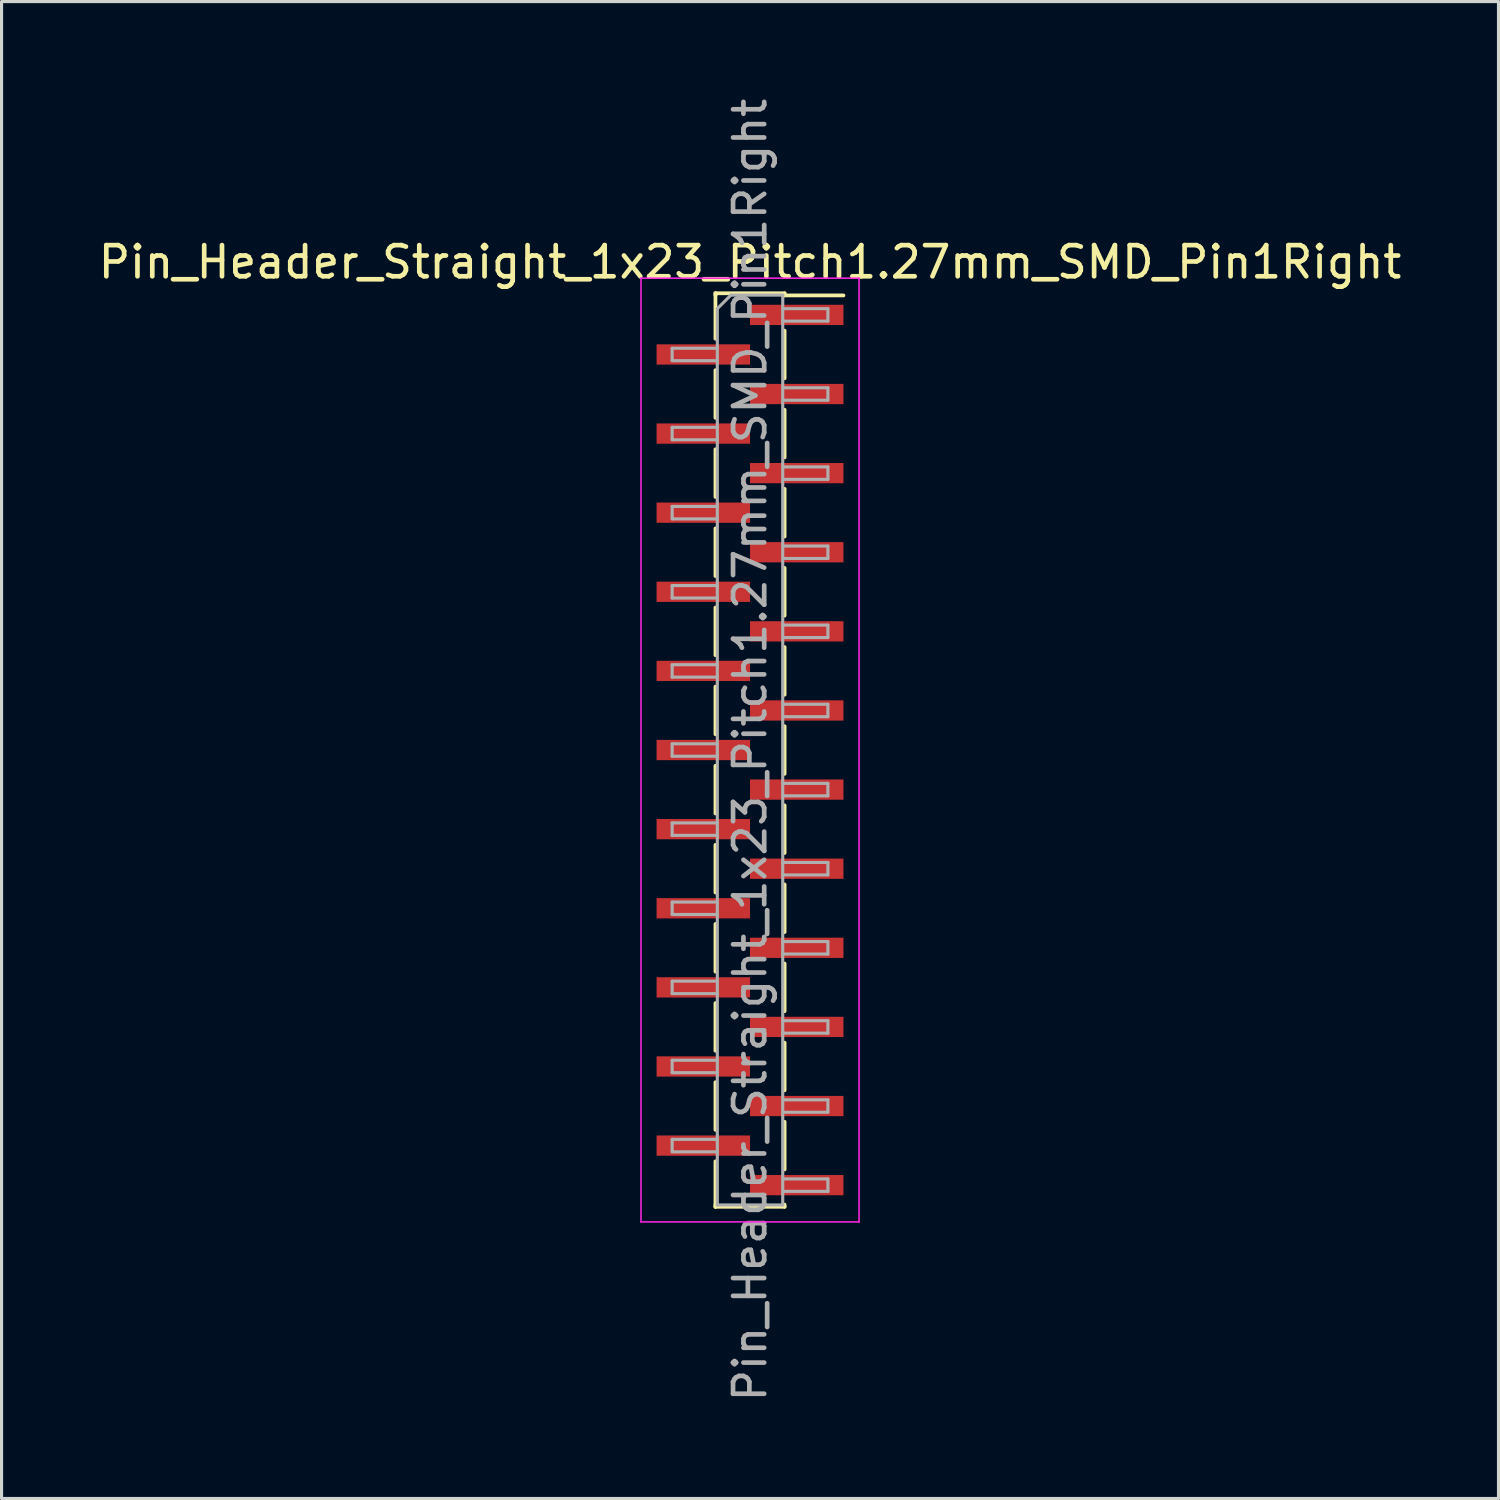
<source format=kicad_pcb>
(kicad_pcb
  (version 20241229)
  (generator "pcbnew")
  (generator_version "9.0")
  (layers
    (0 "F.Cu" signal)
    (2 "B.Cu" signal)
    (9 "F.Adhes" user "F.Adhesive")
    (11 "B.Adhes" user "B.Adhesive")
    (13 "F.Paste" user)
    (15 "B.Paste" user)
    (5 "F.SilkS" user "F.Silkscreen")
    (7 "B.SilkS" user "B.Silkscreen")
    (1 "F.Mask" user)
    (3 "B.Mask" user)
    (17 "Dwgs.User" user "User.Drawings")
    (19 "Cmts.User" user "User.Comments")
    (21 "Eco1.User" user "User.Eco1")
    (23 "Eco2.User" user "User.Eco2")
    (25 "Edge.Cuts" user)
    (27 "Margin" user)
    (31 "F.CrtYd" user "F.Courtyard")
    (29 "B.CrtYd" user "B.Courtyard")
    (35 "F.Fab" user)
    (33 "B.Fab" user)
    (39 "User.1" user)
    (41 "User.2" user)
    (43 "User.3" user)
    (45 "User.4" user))
  (footprint "Pin_Header_Straight_1x23_Pitch1.27mm_SMD_Pin1Right"
    (layer "F.Cu")
    (at 21.03 21.03)
    (property "Reference" "Pin_Header_Straight_1x23_Pitch1.27mm_SMD_Pin1Right" (at 0 -15.665 0) (layer "F.SilkS") (effects (font (size 1 1) (thickness 0.15))))
    (attr smd)
    (fp_line (start -1.11 -14.665) (end -1.11 -13.205) (stroke (width 0.12) (type solid)) (layer "F.SilkS"))
    (fp_line (start -1.11 -14.665) (end 1.11 -14.665) (stroke (width 0.12) (type solid)) (layer "F.SilkS"))
    (fp_line (start -1.11 -14.595) (end -1.11 -14.665) (stroke (width 0.12) (type solid)) (layer "F.SilkS"))
    (fp_line (start -1.11 -12.195) (end -1.11 -10.665) (stroke (width 0.12) (type solid)) (layer "F.SilkS"))
    (fp_line (start -1.11 -9.655) (end -1.11 -8.125) (stroke (width 0.12) (type solid)) (layer "F.SilkS"))
    (fp_line (start -1.11 -7.115) (end -1.11 -5.585) (stroke (width 0.12) (type solid)) (layer "F.SilkS"))
    (fp_line (start -1.11 -4.575) (end -1.11 -3.045) (stroke (width 0.12) (type solid)) (layer "F.SilkS"))
    (fp_line (start -1.11 -2.035) (end -1.11 -0.505) (stroke (width 0.12) (type solid)) (layer "F.SilkS"))
    (fp_line (start -1.11 0.505) (end -1.11 2.035) (stroke (width 0.12) (type solid)) (layer "F.SilkS"))
    (fp_line (start -1.11 3.045) (end -1.11 4.575) (stroke (width 0.12) (type solid)) (layer "F.SilkS"))
    (fp_line (start -1.11 5.585) (end -1.11 7.115) (stroke (width 0.12) (type solid)) (layer "F.SilkS"))
    (fp_line (start -1.11 8.125) (end -1.11 9.655) (stroke (width 0.12) (type solid)) (layer "F.SilkS"))
    (fp_line (start -1.11 10.665) (end -1.11 12.195) (stroke (width 0.12) (type solid)) (layer "F.SilkS"))
    (fp_line (start -1.11 13.205) (end -1.11 14.665) (stroke (width 0.12) (type solid)) (layer "F.SilkS"))
    (fp_line (start -1.11 14.595) (end -1.11 14.665) (stroke (width 0.12) (type solid)) (layer "F.SilkS"))
    (fp_line (start -1.11 14.665) (end 1.11 14.665) (stroke (width 0.12) (type solid)) (layer "F.SilkS"))
    (fp_line (start 1.11 -14.665) (end 1.11 -14.595) (stroke (width 0.12) (type solid)) (layer "F.SilkS"))
    (fp_line (start 1.11 -14.595) (end 3 -14.595) (stroke (width 0.12) (type solid)) (layer "F.SilkS"))
    (fp_line (start 1.11 -13.465) (end 1.11 -11.935) (stroke (width 0.12) (type solid)) (layer "F.SilkS"))
    (fp_line (start 1.11 -10.925) (end 1.11 -9.395) (stroke (width 0.12) (type solid)) (layer "F.SilkS"))
    (fp_line (start 1.11 -8.385) (end 1.11 -6.855) (stroke (width 0.12) (type solid)) (layer "F.SilkS"))
    (fp_line (start 1.11 -5.845) (end 1.11 -4.315) (stroke (width 0.12) (type solid)) (layer "F.SilkS"))
    (fp_line (start 1.11 -3.305) (end 1.11 -1.775) (stroke (width 0.12) (type solid)) (layer "F.SilkS"))
    (fp_line (start 1.11 -0.765) (end 1.11 0.765) (stroke (width 0.12) (type solid)) (layer "F.SilkS"))
    (fp_line (start 1.11 1.775) (end 1.11 3.305) (stroke (width 0.12) (type solid)) (layer "F.SilkS"))
    (fp_line (start 1.11 4.315) (end 1.11 5.845) (stroke (width 0.12) (type solid)) (layer "F.SilkS"))
    (fp_line (start 1.11 6.855) (end 1.11 8.385) (stroke (width 0.12) (type solid)) (layer "F.SilkS"))
    (fp_line (start 1.11 9.395) (end 1.11 10.925) (stroke (width 0.12) (type solid)) (layer "F.SilkS"))
    (fp_line (start 1.11 11.935) (end 1.11 13.465) (stroke (width 0.12) (type solid)) (layer "F.SilkS"))
    (fp_line (start 1.11 14.665) (end 1.11 14.595) (stroke (width 0.12) (type solid)) (layer "F.SilkS"))
    (fp_line (start -3.5 -15.15) (end -3.5 15.15) (stroke (width 0.05) (type solid)) (layer "F.CrtYd"))
    (fp_line (start -3.5 15.15) (end 3.5 15.15) (stroke (width 0.05) (type solid)) (layer "F.CrtYd"))
    (fp_line (start 3.5 -15.15) (end -3.5 -15.15) (stroke (width 0.05) (type solid)) (layer "F.CrtYd"))
    (fp_line (start 3.5 15.15) (end 3.5 -15.15) (stroke (width 0.05) (type solid)) (layer "F.CrtYd"))
    (fp_line (start -2.5 -12.9) (end -2.5 -12.5) (stroke (width 0.1) (type solid)) (layer "F.Fab"))
    (fp_line (start -2.5 -12.5) (end -1.05 -12.5) (stroke (width 0.1) (type solid)) (layer "F.Fab"))
    (fp_line (start -2.5 -10.36) (end -2.5 -9.96) (stroke (width 0.1) (type solid)) (layer "F.Fab"))
    (fp_line (start -2.5 -9.96) (end -1.05 -9.96) (stroke (width 0.1) (type solid)) (layer "F.Fab"))
    (fp_line (start -2.5 -7.82) (end -2.5 -7.42) (stroke (width 0.1) (type solid)) (layer "F.Fab"))
    (fp_line (start -2.5 -7.42) (end -1.05 -7.42) (stroke (width 0.1) (type solid)) (layer "F.Fab"))
    (fp_line (start -2.5 -5.28) (end -2.5 -4.88) (stroke (width 0.1) (type solid)) (layer "F.Fab"))
    (fp_line (start -2.5 -4.88) (end -1.05 -4.88) (stroke (width 0.1) (type solid)) (layer "F.Fab"))
    (fp_line (start -2.5 -2.74) (end -2.5 -2.34) (stroke (width 0.1) (type solid)) (layer "F.Fab"))
    (fp_line (start -2.5 -2.34) (end -1.05 -2.34) (stroke (width 0.1) (type solid)) (layer "F.Fab"))
    (fp_line (start -2.5 -0.2) (end -2.5 0.2) (stroke (width 0.1) (type solid)) (layer "F.Fab"))
    (fp_line (start -2.5 0.2) (end -1.05 0.2) (stroke (width 0.1) (type solid)) (layer "F.Fab"))
    (fp_line (start -2.5 2.34) (end -2.5 2.74) (stroke (width 0.1) (type solid)) (layer "F.Fab"))
    (fp_line (start -2.5 2.74) (end -1.05 2.74) (stroke (width 0.1) (type solid)) (layer "F.Fab"))
    (fp_line (start -2.5 4.88) (end -2.5 5.28) (stroke (width 0.1) (type solid)) (layer "F.Fab"))
    (fp_line (start -2.5 5.28) (end -1.05 5.28) (stroke (width 0.1) (type solid)) (layer "F.Fab"))
    (fp_line (start -2.5 7.42) (end -2.5 7.82) (stroke (width 0.1) (type solid)) (layer "F.Fab"))
    (fp_line (start -2.5 7.82) (end -1.05 7.82) (stroke (width 0.1) (type solid)) (layer "F.Fab"))
    (fp_line (start -2.5 9.96) (end -2.5 10.36) (stroke (width 0.1) (type solid)) (layer "F.Fab"))
    (fp_line (start -2.5 10.36) (end -1.05 10.36) (stroke (width 0.1) (type solid)) (layer "F.Fab"))
    (fp_line (start -2.5 12.5) (end -2.5 12.9) (stroke (width 0.1) (type solid)) (layer "F.Fab"))
    (fp_line (start -2.5 12.9) (end -1.05 12.9) (stroke (width 0.1) (type solid)) (layer "F.Fab"))
    (fp_line (start -1.05 -14.17) (end -0.615 -14.605) (stroke (width 0.1) (type solid)) (layer "F.Fab"))
    (fp_line (start -1.05 -12.9) (end -2.5 -12.9) (stroke (width 0.1) (type solid)) (layer "F.Fab"))
    (fp_line (start -1.05 -10.36) (end -2.5 -10.36) (stroke (width 0.1) (type solid)) (layer "F.Fab"))
    (fp_line (start -1.05 -7.82) (end -2.5 -7.82) (stroke (width 0.1) (type solid)) (layer "F.Fab"))
    (fp_line (start -1.05 -5.28) (end -2.5 -5.28) (stroke (width 0.1) (type solid)) (layer "F.Fab"))
    (fp_line (start -1.05 -2.74) (end -2.5 -2.74) (stroke (width 0.1) (type solid)) (layer "F.Fab"))
    (fp_line (start -1.05 -0.2) (end -2.5 -0.2) (stroke (width 0.1) (type solid)) (layer "F.Fab"))
    (fp_line (start -1.05 2.34) (end -2.5 2.34) (stroke (width 0.1) (type solid)) (layer "F.Fab"))
    (fp_line (start -1.05 4.88) (end -2.5 4.88) (stroke (width 0.1) (type solid)) (layer "F.Fab"))
    (fp_line (start -1.05 7.42) (end -2.5 7.42) (stroke (width 0.1) (type solid)) (layer "F.Fab"))
    (fp_line (start -1.05 9.96) (end -2.5 9.96) (stroke (width 0.1) (type solid)) (layer "F.Fab"))
    (fp_line (start -1.05 12.5) (end -2.5 12.5) (stroke (width 0.1) (type solid)) (layer "F.Fab"))
    (fp_line (start -1.05 14.605) (end -1.05 -14.17) (stroke (width 0.1) (type solid)) (layer "F.Fab"))
    (fp_line (start -0.615 -14.605) (end 1.05 -14.605) (stroke (width 0.1) (type solid)) (layer "F.Fab"))
    (fp_line (start 1.05 -14.605) (end 1.05 14.605) (stroke (width 0.1) (type solid)) (layer "F.Fab"))
    (fp_line (start 1.05 -14.17) (end 2.5 -14.17) (stroke (width 0.1) (type solid)) (layer "F.Fab"))
    (fp_line (start 1.05 -11.63) (end 2.5 -11.63) (stroke (width 0.1) (type solid)) (layer "F.Fab"))
    (fp_line (start 1.05 -9.09) (end 2.5 -9.09) (stroke (width 0.1) (type solid)) (layer "F.Fab"))
    (fp_line (start 1.05 -6.55) (end 2.5 -6.55) (stroke (width 0.1) (type solid)) (layer "F.Fab"))
    (fp_line (start 1.05 -4.01) (end 2.5 -4.01) (stroke (width 0.1) (type solid)) (layer "F.Fab"))
    (fp_line (start 1.05 -1.47) (end 2.5 -1.47) (stroke (width 0.1) (type solid)) (layer "F.Fab"))
    (fp_line (start 1.05 1.07) (end 2.5 1.07) (stroke (width 0.1) (type solid)) (layer "F.Fab"))
    (fp_line (start 1.05 3.61) (end 2.5 3.61) (stroke (width 0.1) (type solid)) (layer "F.Fab"))
    (fp_line (start 1.05 6.15) (end 2.5 6.15) (stroke (width 0.1) (type solid)) (layer "F.Fab"))
    (fp_line (start 1.05 8.69) (end 2.5 8.69) (stroke (width 0.1) (type solid)) (layer "F.Fab"))
    (fp_line (start 1.05 11.23) (end 2.5 11.23) (stroke (width 0.1) (type solid)) (layer "F.Fab"))
    (fp_line (start 1.05 13.77) (end 2.5 13.77) (stroke (width 0.1) (type solid)) (layer "F.Fab"))
    (fp_line (start 1.05 14.605) (end -1.05 14.605) (stroke (width 0.1) (type solid)) (layer "F.Fab"))
    (fp_line (start 2.5 -14.17) (end 2.5 -13.77) (stroke (width 0.1) (type solid)) (layer "F.Fab"))
    (fp_line (start 2.5 -13.77) (end 1.05 -13.77) (stroke (width 0.1) (type solid)) (layer "F.Fab"))
    (fp_line (start 2.5 -11.63) (end 2.5 -11.23) (stroke (width 0.1) (type solid)) (layer "F.Fab"))
    (fp_line (start 2.5 -11.23) (end 1.05 -11.23) (stroke (width 0.1) (type solid)) (layer "F.Fab"))
    (fp_line (start 2.5 -9.09) (end 2.5 -8.69) (stroke (width 0.1) (type solid)) (layer "F.Fab"))
    (fp_line (start 2.5 -8.69) (end 1.05 -8.69) (stroke (width 0.1) (type solid)) (layer "F.Fab"))
    (fp_line (start 2.5 -6.55) (end 2.5 -6.15) (stroke (width 0.1) (type solid)) (layer "F.Fab"))
    (fp_line (start 2.5 -6.15) (end 1.05 -6.15) (stroke (width 0.1) (type solid)) (layer "F.Fab"))
    (fp_line (start 2.5 -4.01) (end 2.5 -3.61) (stroke (width 0.1) (type solid)) (layer "F.Fab"))
    (fp_line (start 2.5 -3.61) (end 1.05 -3.61) (stroke (width 0.1) (type solid)) (layer "F.Fab"))
    (fp_line (start 2.5 -1.47) (end 2.5 -1.07) (stroke (width 0.1) (type solid)) (layer "F.Fab"))
    (fp_line (start 2.5 -1.07) (end 1.05 -1.07) (stroke (width 0.1) (type solid)) (layer "F.Fab"))
    (fp_line (start 2.5 1.07) (end 2.5 1.47) (stroke (width 0.1) (type solid)) (layer "F.Fab"))
    (fp_line (start 2.5 1.47) (end 1.05 1.47) (stroke (width 0.1) (type solid)) (layer "F.Fab"))
    (fp_line (start 2.5 3.61) (end 2.5 4.01) (stroke (width 0.1) (type solid)) (layer "F.Fab"))
    (fp_line (start 2.5 4.01) (end 1.05 4.01) (stroke (width 0.1) (type solid)) (layer "F.Fab"))
    (fp_line (start 2.5 6.15) (end 2.5 6.55) (stroke (width 0.1) (type solid)) (layer "F.Fab"))
    (fp_line (start 2.5 6.55) (end 1.05 6.55) (stroke (width 0.1) (type solid)) (layer "F.Fab"))
    (fp_line (start 2.5 8.69) (end 2.5 9.09) (stroke (width 0.1) (type solid)) (layer "F.Fab"))
    (fp_line (start 2.5 9.09) (end 1.05 9.09) (stroke (width 0.1) (type solid)) (layer "F.Fab"))
    (fp_line (start 2.5 11.23) (end 2.5 11.63) (stroke (width 0.1) (type solid)) (layer "F.Fab"))
    (fp_line (start 2.5 11.63) (end 1.05 11.63) (stroke (width 0.1) (type solid)) (layer "F.Fab"))
    (fp_line (start 2.5 13.77) (end 2.5 14.17) (stroke (width 0.1) (type solid)) (layer "F.Fab"))
    (fp_line (start 2.5 14.17) (end 1.05 14.17) (stroke (width 0.1) (type solid)) (layer "F.Fab"))
    (fp_text user "${REFERENCE}" (at 0 0 90) (layer "F.Fab") (effects (font (size 1 1) (thickness 0.15))))
    (pad "1" smd rect (at 1.5 -13.97) (size 3 0.65) (layers "F.Cu" "F.Mask" "F.Paste"))
    (pad "2" smd rect (at -1.5 -12.7) (size 3 0.65) (layers "F.Cu" "F.Mask" "F.Paste"))
    (pad "3" smd rect (at 1.5 -11.43) (size 3 0.65) (layers "F.Cu" "F.Mask" "F.Paste"))
    (pad "4" smd rect (at -1.5 -10.16) (size 3 0.65) (layers "F.Cu" "F.Mask" "F.Paste"))
    (pad "5" smd rect (at 1.5 -8.89) (size 3 0.65) (layers "F.Cu" "F.Mask" "F.Paste"))
    (pad "6" smd rect (at -1.5 -7.62) (size 3 0.65) (layers "F.Cu" "F.Mask" "F.Paste"))
    (pad "7" smd rect (at 1.5 -6.35) (size 3 0.65) (layers "F.Cu" "F.Mask" "F.Paste"))
    (pad "8" smd rect (at -1.5 -5.08) (size 3 0.65) (layers "F.Cu" "F.Mask" "F.Paste"))
    (pad "9" smd rect (at 1.5 -3.81) (size 3 0.65) (layers "F.Cu" "F.Mask" "F.Paste"))
    (pad "10" smd rect (at -1.5 -2.54) (size 3 0.65) (layers "F.Cu" "F.Mask" "F.Paste"))
    (pad "11" smd rect (at 1.5 -1.27) (size 3 0.65) (layers "F.Cu" "F.Mask" "F.Paste"))
    (pad "12" smd rect (at -1.5 0) (size 3 0.65) (layers "F.Cu" "F.Mask" "F.Paste"))
    (pad "13" smd rect (at 1.5 1.27) (size 3 0.65) (layers "F.Cu" "F.Mask" "F.Paste"))
    (pad "14" smd rect (at -1.5 2.54) (size 3 0.65) (layers "F.Cu" "F.Mask" "F.Paste"))
    (pad "15" smd rect (at 1.5 3.81) (size 3 0.65) (layers "F.Cu" "F.Mask" "F.Paste"))
    (pad "16" smd rect (at -1.5 5.08) (size 3 0.65) (layers "F.Cu" "F.Mask" "F.Paste"))
    (pad "17" smd rect (at 1.5 6.35) (size 3 0.65) (layers "F.Cu" "F.Mask" "F.Paste"))
    (pad "18" smd rect (at -1.5 7.62) (size 3 0.65) (layers "F.Cu" "F.Mask" "F.Paste"))
    (pad "19" smd rect (at 1.5 8.89) (size 3 0.65) (layers "F.Cu" "F.Mask" "F.Paste"))
    (pad "20" smd rect (at -1.5 10.16) (size 3 0.65) (layers "F.Cu" "F.Mask" "F.Paste"))
    (pad "21" smd rect (at 1.5 11.43) (size 3 0.65) (layers "F.Cu" "F.Mask" "F.Paste"))
    (pad "22" smd rect (at -1.5 12.7) (size 3 0.65) (layers "F.Cu" "F.Mask" "F.Paste"))
    (pad "23" smd rect (at 1.5 13.97) (size 3 0.65) (layers "F.Cu" "F.Mask" "F.Paste")))
  (gr_rect
    (start -3 -3)
    (end 45.06 45.06)
    (stroke (width 0.1) (type default))
    (fill no)
    (layer "Edge.Cuts")))
</source>
